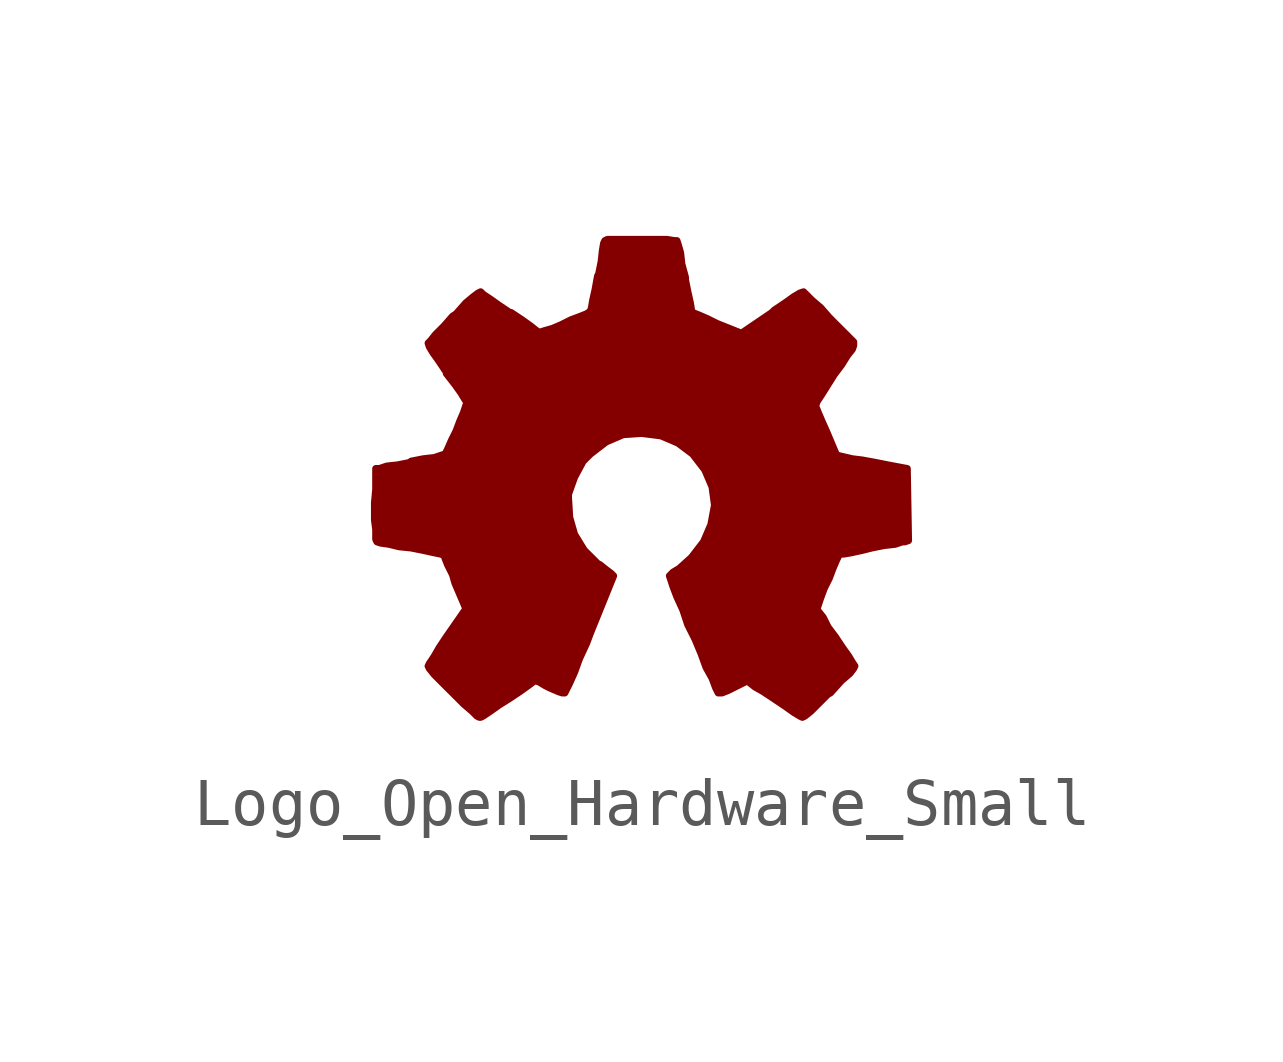
<source format=kicad_sym>
(kicad_symbol_lib
  (version 20241209)
  (generator "kicad_symbol_editor")
  (generator_version "9.0")
  (symbol "Logo_Open_Hardware_Small"
    (property "Reference" "Logo1"
      (at 0 6.985 0)
      (effects (font (size 1.27 1.27)) (hide yes)))
    (symbol "Logo_Open_Hardware_Small_0_1"
      (polyline (pts (xy 3.353 -4.343) (xy 3.302 -4.318) (xy 3.175 -4.242) (xy 2.997 -4.115) (xy 2.769 -3.962) (xy 2.54 -3.81) (xy 2.362 -3.708) (xy 2.235 -3.607) (xy 2.184 -3.581) (xy 2.159 -3.607) (xy 2.057 -3.658) (xy 1.905 -3.734) (xy 1.803 -3.785) (xy 1.676 -3.835) (xy 1.6 -3.835) (xy 1.6 -3.835) (xy 1.549 -3.734) (xy 1.473 -3.531) (xy 1.346 -3.302) (xy 1.245 -3.023) (xy 1.118 -2.718) (xy 0.965 -2.413) (xy 0.864 -2.108) (xy 0.737 -1.829) (xy 0.66 -1.626) (xy 0.61 -1.473) (xy 0.584 -1.397) (xy 0.584 -1.397) (xy 0.66 -1.321) (xy 0.787 -1.245) (xy 1.041 -1.016) (xy 1.295 -0.686) (xy 1.448 -0.33) (xy 1.524 0.076) (xy 1.473 0.457) (xy 1.321 0.813) (xy 1.067 1.143) (xy 0.762 1.372) (xy 0.406 1.524) (xy 0 1.575) (xy -0.381 1.549) (xy -0.737 1.397) (xy -1.067 1.143) (xy -1.219 0.991) (xy -1.397 0.66) (xy -1.524 0.305) (xy -1.524 0.229) (xy -1.499 -0.178) (xy -1.397 -0.533) (xy -1.194 -0.864) (xy -0.914 -1.143) (xy -0.864 -1.168) (xy -0.737 -1.27) (xy -0.635 -1.346) (xy -0.584 -1.397) (xy -1.067 -2.591) (xy -1.143 -2.794) (xy -1.295 -3.124) (xy -1.397 -3.404) (xy -1.499 -3.632) (xy -1.575 -3.785) (xy -1.6 -3.835) (xy -1.6 -3.835) (xy -1.651 -3.835) (xy -1.727 -3.81) (xy -1.905 -3.734) (xy -2.007 -3.683) (xy -2.134 -3.607) (xy -2.21 -3.581) (xy -2.261 -3.607) (xy -2.362 -3.683) (xy -2.54 -3.81) (xy -2.769 -3.962) (xy -2.972 -4.089) (xy -3.15 -4.216) (xy -3.302 -4.318) (xy -3.353 -4.343) (xy -3.378 -4.343) (xy -3.429 -4.318) (xy -3.531 -4.216) (xy -3.708 -4.064) (xy -3.937 -3.835) (xy -3.962 -3.81) (xy -4.166 -3.607) (xy -4.318 -3.454) (xy -4.42 -3.327) (xy -4.445 -3.277) (xy -4.445 -3.277) (xy -4.42 -3.226) (xy -4.318 -3.073) (xy -4.216 -2.896) (xy -4.064 -2.667) (xy -3.658 -2.083) (xy -3.886 -1.549) (xy -3.937 -1.372) (xy -4.039 -1.168) (xy -4.089 -1.041) (xy -4.115 -0.965) (xy -4.191 -0.94) (xy -4.318 -0.914) (xy -4.547 -0.864) (xy -4.801 -0.813) (xy -5.055 -0.787) (xy -5.258 -0.737) (xy -5.436 -0.711) (xy -5.512 -0.686) (xy -5.512 -0.686) (xy -5.537 -0.635) (xy -5.537 -0.559) (xy -5.537 -0.432) (xy -5.563 -0.229) (xy -5.563 0.076) (xy -5.563 0.127) (xy -5.537 0.406) (xy -5.537 0.635) (xy -5.537 0.762) (xy -5.537 0.838) (xy -5.537 0.838) (xy -5.461 0.838) (xy -5.309 0.889) (xy -5.08 0.914) (xy -4.826 0.965) (xy -4.801 0.991) (xy -4.547 1.041) (xy -4.318 1.067) (xy -4.166 1.118) (xy -4.089 1.143) (xy -4.089 1.143) (xy -4.039 1.245) (xy -3.962 1.422) (xy -3.861 1.626) (xy -3.785 1.829) (xy -3.708 2.007) (xy -3.658 2.159) (xy -3.632 2.21) (xy -3.632 2.21) (xy -3.683 2.286) (xy -3.759 2.413) (xy -3.886 2.591) (xy -4.064 2.819) (xy -4.064 2.845) (xy -4.216 3.073) (xy -4.343 3.251) (xy -4.42 3.378) (xy -4.445 3.454) (xy -4.445 3.454) (xy -4.394 3.505) (xy -4.293 3.632) (xy -4.115 3.81) (xy -3.937 4.013) (xy -3.861 4.064) (xy -3.658 4.293) (xy -3.505 4.42) (xy -3.404 4.496) (xy -3.353 4.521) (xy -3.353 4.521) (xy -3.302 4.47) (xy -3.15 4.369) (xy -2.972 4.242) (xy -2.743 4.089) (xy -2.718 4.089) (xy -2.489 3.937) (xy -2.311 3.81) (xy -2.184 3.708) (xy -2.134 3.683) (xy -2.108 3.683) (xy -2.032 3.708) (xy -1.854 3.759) (xy -1.676 3.835) (xy -1.473 3.937) (xy -1.27 4.013) (xy -1.143 4.064) (xy -1.067 4.115) (xy -1.067 4.115) (xy -1.041 4.191) (xy -1.016 4.343) (xy -0.965 4.572) (xy -0.914 4.851) (xy -0.889 4.902) (xy -0.838 5.156) (xy -0.813 5.385) (xy -0.787 5.537) (xy -0.762 5.588) (xy -0.711 5.613) (xy -0.584 5.613) (xy -0.406 5.613) (xy -0.152 5.613) (xy 0.076 5.613) (xy 0.33 5.613) (xy 0.533 5.613) (xy 0.686 5.588) (xy 0.737 5.588) (xy 0.737 5.588) (xy 0.762 5.512) (xy 0.813 5.334) (xy 0.838 5.105) (xy 0.914 4.826) (xy 0.914 4.775) (xy 0.965 4.521) (xy 1.016 4.293) (xy 1.041 4.14) (xy 1.067 4.089) (xy 1.067 4.089) (xy 1.194 4.039) (xy 1.372 3.962) (xy 1.575 3.861) (xy 2.083 3.658) (xy 2.718 4.089) (xy 2.769 4.14) (xy 2.997 4.293) (xy 3.175 4.42) (xy 3.302 4.496) (xy 3.378 4.521) (xy 3.378 4.521) (xy 3.429 4.47) (xy 3.556 4.343) (xy 3.734 4.191) (xy 3.912 3.988) (xy 4.064 3.835) (xy 4.242 3.658) (xy 4.343 3.556) (xy 4.42 3.48) (xy 4.42 3.429) (xy 4.42 3.404) (xy 4.394 3.327) (xy 4.293 3.2) (xy 4.166 2.997) (xy 4.013 2.794) (xy 3.886 2.591) (xy 3.759 2.388) (xy 3.658 2.235) (xy 3.632 2.159) (xy 3.632 2.134) (xy 3.683 2.007) (xy 3.759 1.829) (xy 3.861 1.6) (xy 4.064 1.118) (xy 4.394 1.041) (xy 4.597 1.016) (xy 4.877 0.965) (xy 5.131 0.914) (xy 5.537 0.838) (xy 5.563 -0.66) (xy 5.486 -0.686) (xy 5.436 -0.686) (xy 5.283 -0.737) (xy 5.055 -0.762) (xy 4.801 -0.813) (xy 4.597 -0.864) (xy 4.369 -0.914) (xy 4.216 -0.94) (xy 4.14 -0.94) (xy 4.115 -0.965) (xy 4.064 -1.067) (xy 3.988 -1.245) (xy 3.912 -1.448) (xy 3.81 -1.651) (xy 3.734 -1.854) (xy 3.683 -2.007) (xy 3.658 -2.083) (xy 3.683 -2.134) (xy 3.785 -2.261) (xy 3.886 -2.464) (xy 4.039 -2.667) (xy 4.191 -2.896) (xy 4.318 -3.073) (xy 4.394 -3.2) (xy 4.445 -3.277) (xy 4.42 -3.327) (xy 4.343 -3.429) (xy 4.166 -3.581) (xy 3.937 -3.835) (xy 3.886 -3.861) (xy 3.683 -4.064) (xy 3.531 -4.216) (xy 3.404 -4.318) (xy 3.353 -4.343)) (stroke (width 0) (type default)) (fill (type outline))))))
</source>
